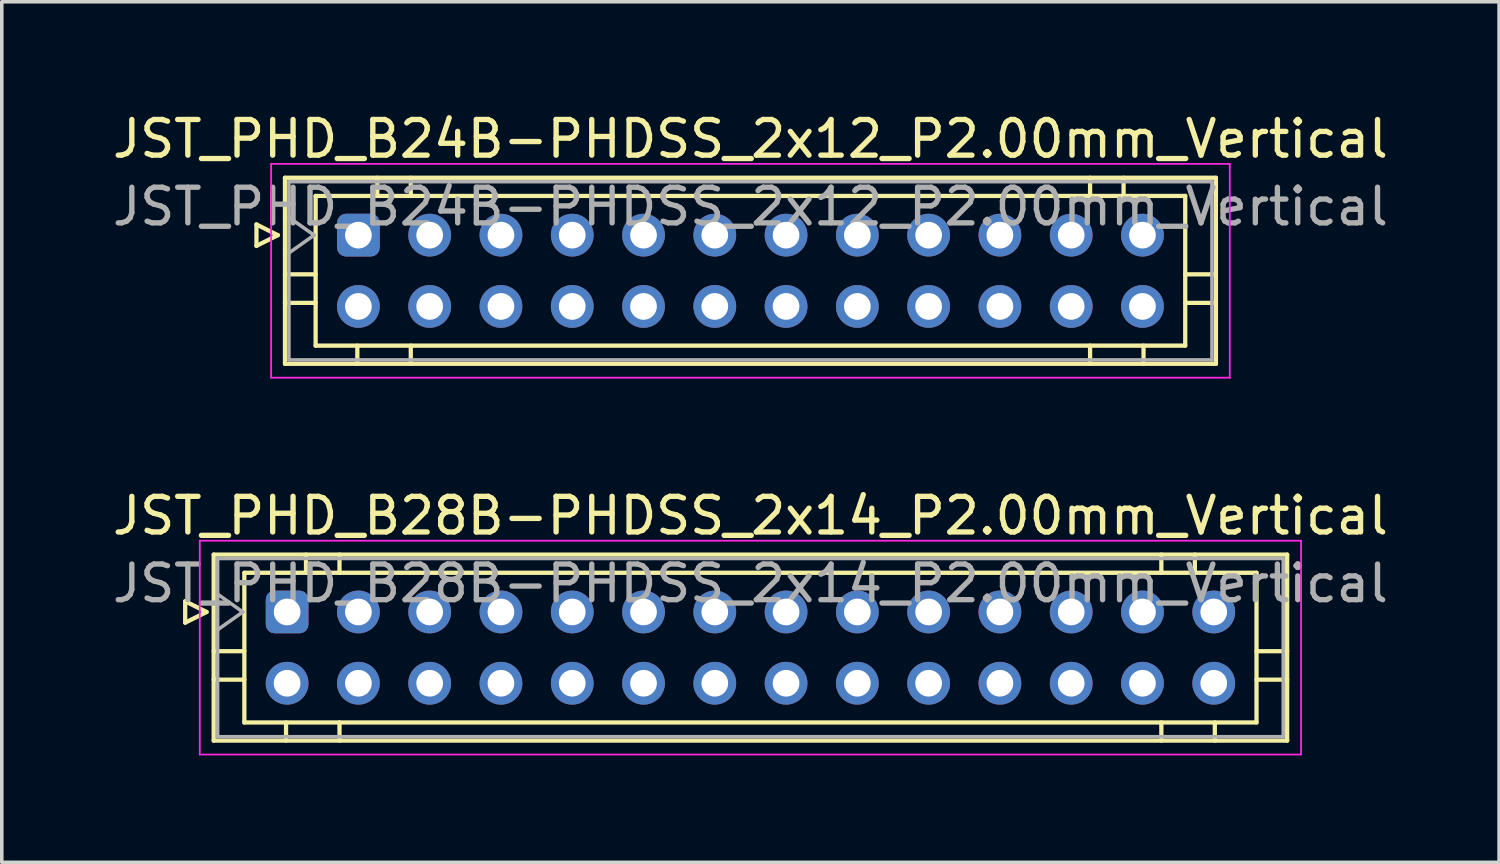
<source format=kicad_pcb>
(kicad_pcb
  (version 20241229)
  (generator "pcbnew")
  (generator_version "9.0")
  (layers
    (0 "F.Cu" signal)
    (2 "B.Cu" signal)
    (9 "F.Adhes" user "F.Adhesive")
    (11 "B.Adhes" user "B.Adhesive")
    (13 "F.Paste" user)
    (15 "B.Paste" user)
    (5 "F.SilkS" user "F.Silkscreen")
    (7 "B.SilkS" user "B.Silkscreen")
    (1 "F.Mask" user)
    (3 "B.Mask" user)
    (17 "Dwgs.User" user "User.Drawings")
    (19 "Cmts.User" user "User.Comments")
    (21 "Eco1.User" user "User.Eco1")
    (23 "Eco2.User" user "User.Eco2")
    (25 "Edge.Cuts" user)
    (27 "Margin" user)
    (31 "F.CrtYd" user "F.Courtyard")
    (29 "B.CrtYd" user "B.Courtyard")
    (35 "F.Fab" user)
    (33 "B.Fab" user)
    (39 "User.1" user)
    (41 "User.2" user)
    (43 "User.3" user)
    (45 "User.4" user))
  (footprint "JST_PHD_B28B-PHDSS_2x14_P2.00mm_Vertical"
    (layer "F.Cu")
    (at 5.006 14.121)
    (property "Reference" "JST_PHD_B28B-PHDSS_2x14_P2.00mm_Vertical" (at 13 -2.7 0) (layer "F.SilkS") (effects (font (size 1 1) (thickness 0.15))))
    (attr through_hole)
    (fp_line (start -2.86 -0.3) (end -2.26 0) (stroke (width 0.12) (type solid)) (layer "F.SilkS"))
    (fp_line (start -2.86 0.3) (end -2.86 -0.3) (stroke (width 0.12) (type solid)) (layer "F.SilkS"))
    (fp_line (start -2.26 0) (end -2.86 0.3) (stroke (width 0.12) (type solid)) (layer "F.SilkS"))
    (fp_line (start -2.06 -1.61) (end -2.06 3.61) (stroke (width 0.12) (type solid)) (layer "F.SilkS"))
    (fp_line (start -2.06 1.1) (end -1.2 1.1) (stroke (width 0.12) (type solid)) (layer "F.SilkS"))
    (fp_line (start -2.06 1.9) (end -1.2 1.9) (stroke (width 0.12) (type solid)) (layer "F.SilkS"))
    (fp_line (start -2.06 3.61) (end 28.06 3.61) (stroke (width 0.12) (type solid)) (layer "F.SilkS"))
    (fp_line (start -1.2 -1.1) (end -1.2 3.1) (stroke (width 0.12) (type solid)) (layer "F.SilkS"))
    (fp_line (start -1.2 3.1) (end 27.2 3.1) (stroke (width 0.12) (type solid)) (layer "F.SilkS"))
    (fp_line (start -0.03 3.61) (end -0.03 3.1) (stroke (width 0.12) (type solid)) (layer "F.SilkS"))
    (fp_line (start 0.53 -1.61) (end 0.53 -1.1) (stroke (width 0.12) (type solid)) (layer "F.SilkS"))
    (fp_line (start 1.47 -1.61) (end 1.47 -1.1) (stroke (width 0.12) (type solid)) (layer "F.SilkS"))
    (fp_line (start 1.47 3.61) (end 1.47 3.1) (stroke (width 0.12) (type solid)) (layer "F.SilkS"))
    (fp_line (start 24.53 -1.61) (end 24.53 -1.1) (stroke (width 0.12) (type solid)) (layer "F.SilkS"))
    (fp_line (start 24.53 3.61) (end 24.53 3.1) (stroke (width 0.12) (type solid)) (layer "F.SilkS"))
    (fp_line (start 25.47 -1.61) (end 25.47 -1.1) (stroke (width 0.12) (type solid)) (layer "F.SilkS"))
    (fp_line (start 26.03 3.61) (end 26.03 3.1) (stroke (width 0.12) (type solid)) (layer "F.SilkS"))
    (fp_line (start 27.2 -1.1) (end -1.2 -1.1) (stroke (width 0.12) (type solid)) (layer "F.SilkS"))
    (fp_line (start 27.2 3.1) (end 27.2 -1.1) (stroke (width 0.12) (type solid)) (layer "F.SilkS"))
    (fp_line (start 28.06 -1.61) (end -2.06 -1.61) (stroke (width 0.12) (type solid)) (layer "F.SilkS"))
    (fp_line (start 28.06 1.1) (end 27.2 1.1) (stroke (width 0.12) (type solid)) (layer "F.SilkS"))
    (fp_line (start 28.06 1.9) (end 27.2 1.9) (stroke (width 0.12) (type solid)) (layer "F.SilkS"))
    (fp_line (start 28.06 3.61) (end 28.06 -1.61) (stroke (width 0.12) (type solid)) (layer "F.SilkS"))
    (fp_line (start -2.45 -2) (end -2.45 4) (stroke (width 0.05) (type solid)) (layer "F.CrtYd"))
    (fp_line (start -2.45 4) (end 28.45 4) (stroke (width 0.05) (type solid)) (layer "F.CrtYd"))
    (fp_line (start 28.45 -2) (end -2.45 -2) (stroke (width 0.05) (type solid)) (layer "F.CrtYd"))
    (fp_line (start 28.45 4) (end 28.45 -2) (stroke (width 0.05) (type solid)) (layer "F.CrtYd"))
    (fp_line (start -1.95 -1.5) (end -1.95 3.5) (stroke (width 0.1) (type solid)) (layer "F.Fab"))
    (fp_line (start -1.95 0.5) (end -1.243 0) (stroke (width 0.1) (type solid)) (layer "F.Fab"))
    (fp_line (start -1.95 3.5) (end 27.95 3.5) (stroke (width 0.1) (type solid)) (layer "F.Fab"))
    (fp_line (start -1.243 0) (end -1.95 -0.5) (stroke (width 0.1) (type solid)) (layer "F.Fab"))
    (fp_line (start 27.95 -1.5) (end -1.95 -1.5) (stroke (width 0.1) (type solid)) (layer "F.Fab"))
    (fp_line (start 27.95 3.5) (end 27.95 -1.5) (stroke (width 0.1) (type solid)) (layer "F.Fab"))
    (fp_text user "${REFERENCE}" (at 13 -0.8 0) (layer "F.Fab") (effects (font (size 1 1) (thickness 0.15))))
    (pad "1" thru_hole roundrect (at 0 0) (size 1.2 1.2) (drill 0.75) (layers "*.Cu" "*.Mask") (roundrect_rratio 0.208))
    (pad "2" thru_hole circle (at 0 2) (size 1.2 1.2) (drill 0.75) (layers "*.Cu" "*.Mask"))
    (pad "3" thru_hole circle (at 2 0) (size 1.2 1.2) (drill 0.75) (layers "*.Cu" "*.Mask"))
    (pad "4" thru_hole circle (at 2 2) (size 1.2 1.2) (drill 0.75) (layers "*.Cu" "*.Mask"))
    (pad "5" thru_hole circle (at 4 0) (size 1.2 1.2) (drill 0.75) (layers "*.Cu" "*.Mask"))
    (pad "6" thru_hole circle (at 4 2) (size 1.2 1.2) (drill 0.75) (layers "*.Cu" "*.Mask"))
    (pad "7" thru_hole circle (at 6 0) (size 1.2 1.2) (drill 0.75) (layers "*.Cu" "*.Mask"))
    (pad "8" thru_hole circle (at 6 2) (size 1.2 1.2) (drill 0.75) (layers "*.Cu" "*.Mask"))
    (pad "9" thru_hole circle (at 8 0) (size 1.2 1.2) (drill 0.75) (layers "*.Cu" "*.Mask"))
    (pad "10" thru_hole circle (at 8 2) (size 1.2 1.2) (drill 0.75) (layers "*.Cu" "*.Mask"))
    (pad "11" thru_hole circle (at 10 0) (size 1.2 1.2) (drill 0.75) (layers "*.Cu" "*.Mask"))
    (pad "12" thru_hole circle (at 10 2) (size 1.2 1.2) (drill 0.75) (layers "*.Cu" "*.Mask"))
    (pad "13" thru_hole circle (at 12 0) (size 1.2 1.2) (drill 0.75) (layers "*.Cu" "*.Mask"))
    (pad "14" thru_hole circle (at 12 2) (size 1.2 1.2) (drill 0.75) (layers "*.Cu" "*.Mask"))
    (pad "15" thru_hole circle (at 14 0) (size 1.2 1.2) (drill 0.75) (layers "*.Cu" "*.Mask"))
    (pad "16" thru_hole circle (at 14 2) (size 1.2 1.2) (drill 0.75) (layers "*.Cu" "*.Mask"))
    (pad "17" thru_hole circle (at 16 0) (size 1.2 1.2) (drill 0.75) (layers "*.Cu" "*.Mask"))
    (pad "18" thru_hole circle (at 16 2) (size 1.2 1.2) (drill 0.75) (layers "*.Cu" "*.Mask"))
    (pad "19" thru_hole circle (at 18 0) (size 1.2 1.2) (drill 0.75) (layers "*.Cu" "*.Mask"))
    (pad "20" thru_hole circle (at 18 2) (size 1.2 1.2) (drill 0.75) (layers "*.Cu" "*.Mask"))
    (pad "21" thru_hole circle (at 20 0) (size 1.2 1.2) (drill 0.75) (layers "*.Cu" "*.Mask"))
    (pad "22" thru_hole circle (at 20 2) (size 1.2 1.2) (drill 0.75) (layers "*.Cu" "*.Mask"))
    (pad "23" thru_hole circle (at 22 0) (size 1.2 1.2) (drill 0.75) (layers "*.Cu" "*.Mask"))
    (pad "24" thru_hole circle (at 22 2) (size 1.2 1.2) (drill 0.75) (layers "*.Cu" "*.Mask"))
    (pad "25" thru_hole circle (at 24 0) (size 1.2 1.2) (drill 0.75) (layers "*.Cu" "*.Mask"))
    (pad "26" thru_hole circle (at 24 2) (size 1.2 1.2) (drill 0.75) (layers "*.Cu" "*.Mask"))
    (pad "27" thru_hole circle (at 26 0) (size 1.2 1.2) (drill 0.75) (layers "*.Cu" "*.Mask"))
    (pad "28" thru_hole circle (at 26 2) (size 1.2 1.2) (drill 0.75) (layers "*.Cu" "*.Mask")))
  (footprint "JST_PHD_B24B-PHDSS_2x12_P2.00mm_Vertical"
    (layer "F.Cu")
    (at 7.006 3.548)
    (property "Reference" "JST_PHD_B24B-PHDSS_2x12_P2.00mm_Vertical" (at 11 -2.7 0) (layer "F.SilkS") (effects (font (size 1 1) (thickness 0.15))))
    (attr through_hole)
    (fp_line (start -2.86 -0.3) (end -2.26 0) (stroke (width 0.12) (type solid)) (layer "F.SilkS"))
    (fp_line (start -2.86 0.3) (end -2.86 -0.3) (stroke (width 0.12) (type solid)) (layer "F.SilkS"))
    (fp_line (start -2.26 0) (end -2.86 0.3) (stroke (width 0.12) (type solid)) (layer "F.SilkS"))
    (fp_line (start -2.06 -1.61) (end -2.06 3.61) (stroke (width 0.12) (type solid)) (layer "F.SilkS"))
    (fp_line (start -2.06 1.1) (end -1.2 1.1) (stroke (width 0.12) (type solid)) (layer "F.SilkS"))
    (fp_line (start -2.06 1.9) (end -1.2 1.9) (stroke (width 0.12) (type solid)) (layer "F.SilkS"))
    (fp_line (start -2.06 3.61) (end 24.06 3.61) (stroke (width 0.12) (type solid)) (layer "F.SilkS"))
    (fp_line (start -1.2 -1.1) (end -1.2 3.1) (stroke (width 0.12) (type solid)) (layer "F.SilkS"))
    (fp_line (start -1.2 3.1) (end 23.2 3.1) (stroke (width 0.12) (type solid)) (layer "F.SilkS"))
    (fp_line (start -0.03 3.61) (end -0.03 3.1) (stroke (width 0.12) (type solid)) (layer "F.SilkS"))
    (fp_line (start 0.53 -1.61) (end 0.53 -1.1) (stroke (width 0.12) (type solid)) (layer "F.SilkS"))
    (fp_line (start 1.47 -1.61) (end 1.47 -1.1) (stroke (width 0.12) (type solid)) (layer "F.SilkS"))
    (fp_line (start 1.47 3.61) (end 1.47 3.1) (stroke (width 0.12) (type solid)) (layer "F.SilkS"))
    (fp_line (start 20.53 -1.61) (end 20.53 -1.1) (stroke (width 0.12) (type solid)) (layer "F.SilkS"))
    (fp_line (start 20.53 3.61) (end 20.53 3.1) (stroke (width 0.12) (type solid)) (layer "F.SilkS"))
    (fp_line (start 21.47 -1.61) (end 21.47 -1.1) (stroke (width 0.12) (type solid)) (layer "F.SilkS"))
    (fp_line (start 22.03 3.61) (end 22.03 3.1) (stroke (width 0.12) (type solid)) (layer "F.SilkS"))
    (fp_line (start 23.2 -1.1) (end -1.2 -1.1) (stroke (width 0.12) (type solid)) (layer "F.SilkS"))
    (fp_line (start 23.2 3.1) (end 23.2 -1.1) (stroke (width 0.12) (type solid)) (layer "F.SilkS"))
    (fp_line (start 24.06 -1.61) (end -2.06 -1.61) (stroke (width 0.12) (type solid)) (layer "F.SilkS"))
    (fp_line (start 24.06 1.1) (end 23.2 1.1) (stroke (width 0.12) (type solid)) (layer "F.SilkS"))
    (fp_line (start 24.06 1.9) (end 23.2 1.9) (stroke (width 0.12) (type solid)) (layer "F.SilkS"))
    (fp_line (start 24.06 3.61) (end 24.06 -1.61) (stroke (width 0.12) (type solid)) (layer "F.SilkS"))
    (fp_line (start -2.45 -2) (end -2.45 4) (stroke (width 0.05) (type solid)) (layer "F.CrtYd"))
    (fp_line (start -2.45 4) (end 24.45 4) (stroke (width 0.05) (type solid)) (layer "F.CrtYd"))
    (fp_line (start 24.45 -2) (end -2.45 -2) (stroke (width 0.05) (type solid)) (layer "F.CrtYd"))
    (fp_line (start 24.45 4) (end 24.45 -2) (stroke (width 0.05) (type solid)) (layer "F.CrtYd"))
    (fp_line (start -1.95 -1.5) (end -1.95 3.5) (stroke (width 0.1) (type solid)) (layer "F.Fab"))
    (fp_line (start -1.95 0.5) (end -1.243 0) (stroke (width 0.1) (type solid)) (layer "F.Fab"))
    (fp_line (start -1.95 3.5) (end 23.95 3.5) (stroke (width 0.1) (type solid)) (layer "F.Fab"))
    (fp_line (start -1.243 0) (end -1.95 -0.5) (stroke (width 0.1) (type solid)) (layer "F.Fab"))
    (fp_line (start 23.95 -1.5) (end -1.95 -1.5) (stroke (width 0.1) (type solid)) (layer "F.Fab"))
    (fp_line (start 23.95 3.5) (end 23.95 -1.5) (stroke (width 0.1) (type solid)) (layer "F.Fab"))
    (fp_text user "${REFERENCE}" (at 11 -0.8 0) (layer "F.Fab") (effects (font (size 1 1) (thickness 0.15))))
    (pad "1" thru_hole roundrect (at 0 0) (size 1.2 1.2) (drill 0.75) (layers "*.Cu" "*.Mask") (roundrect_rratio 0.208))
    (pad "2" thru_hole circle (at 0 2) (size 1.2 1.2) (drill 0.75) (layers "*.Cu" "*.Mask"))
    (pad "3" thru_hole circle (at 2 0) (size 1.2 1.2) (drill 0.75) (layers "*.Cu" "*.Mask"))
    (pad "4" thru_hole circle (at 2 2) (size 1.2 1.2) (drill 0.75) (layers "*.Cu" "*.Mask"))
    (pad "5" thru_hole circle (at 4 0) (size 1.2 1.2) (drill 0.75) (layers "*.Cu" "*.Mask"))
    (pad "6" thru_hole circle (at 4 2) (size 1.2 1.2) (drill 0.75) (layers "*.Cu" "*.Mask"))
    (pad "7" thru_hole circle (at 6 0) (size 1.2 1.2) (drill 0.75) (layers "*.Cu" "*.Mask"))
    (pad "8" thru_hole circle (at 6 2) (size 1.2 1.2) (drill 0.75) (layers "*.Cu" "*.Mask"))
    (pad "9" thru_hole circle (at 8 0) (size 1.2 1.2) (drill 0.75) (layers "*.Cu" "*.Mask"))
    (pad "10" thru_hole circle (at 8 2) (size 1.2 1.2) (drill 0.75) (layers "*.Cu" "*.Mask"))
    (pad "11" thru_hole circle (at 10 0) (size 1.2 1.2) (drill 0.75) (layers "*.Cu" "*.Mask"))
    (pad "12" thru_hole circle (at 10 2) (size 1.2 1.2) (drill 0.75) (layers "*.Cu" "*.Mask"))
    (pad "13" thru_hole circle (at 12 0) (size 1.2 1.2) (drill 0.75) (layers "*.Cu" "*.Mask"))
    (pad "14" thru_hole circle (at 12 2) (size 1.2 1.2) (drill 0.75) (layers "*.Cu" "*.Mask"))
    (pad "15" thru_hole circle (at 14 0) (size 1.2 1.2) (drill 0.75) (layers "*.Cu" "*.Mask"))
    (pad "16" thru_hole circle (at 14 2) (size 1.2 1.2) (drill 0.75) (layers "*.Cu" "*.Mask"))
    (pad "17" thru_hole circle (at 16 0) (size 1.2 1.2) (drill 0.75) (layers "*.Cu" "*.Mask"))
    (pad "18" thru_hole circle (at 16 2) (size 1.2 1.2) (drill 0.75) (layers "*.Cu" "*.Mask"))
    (pad "19" thru_hole circle (at 18 0) (size 1.2 1.2) (drill 0.75) (layers "*.Cu" "*.Mask"))
    (pad "20" thru_hole circle (at 18 2) (size 1.2 1.2) (drill 0.75) (layers "*.Cu" "*.Mask"))
    (pad "21" thru_hole circle (at 20 0) (size 1.2 1.2) (drill 0.75) (layers "*.Cu" "*.Mask"))
    (pad "22" thru_hole circle (at 20 2) (size 1.2 1.2) (drill 0.75) (layers "*.Cu" "*.Mask"))
    (pad "23" thru_hole circle (at 22 0) (size 1.2 1.2) (drill 0.75) (layers "*.Cu" "*.Mask"))
    (pad "24" thru_hole circle (at 22 2) (size 1.2 1.2) (drill 0.75) (layers "*.Cu" "*.Mask")))
  (gr_rect
    (start -3 -3)
    (end 39.012 21.146)
    (stroke (width 0.1) (type default))
    (fill no)
    (layer "Edge.Cuts")))
</source>
